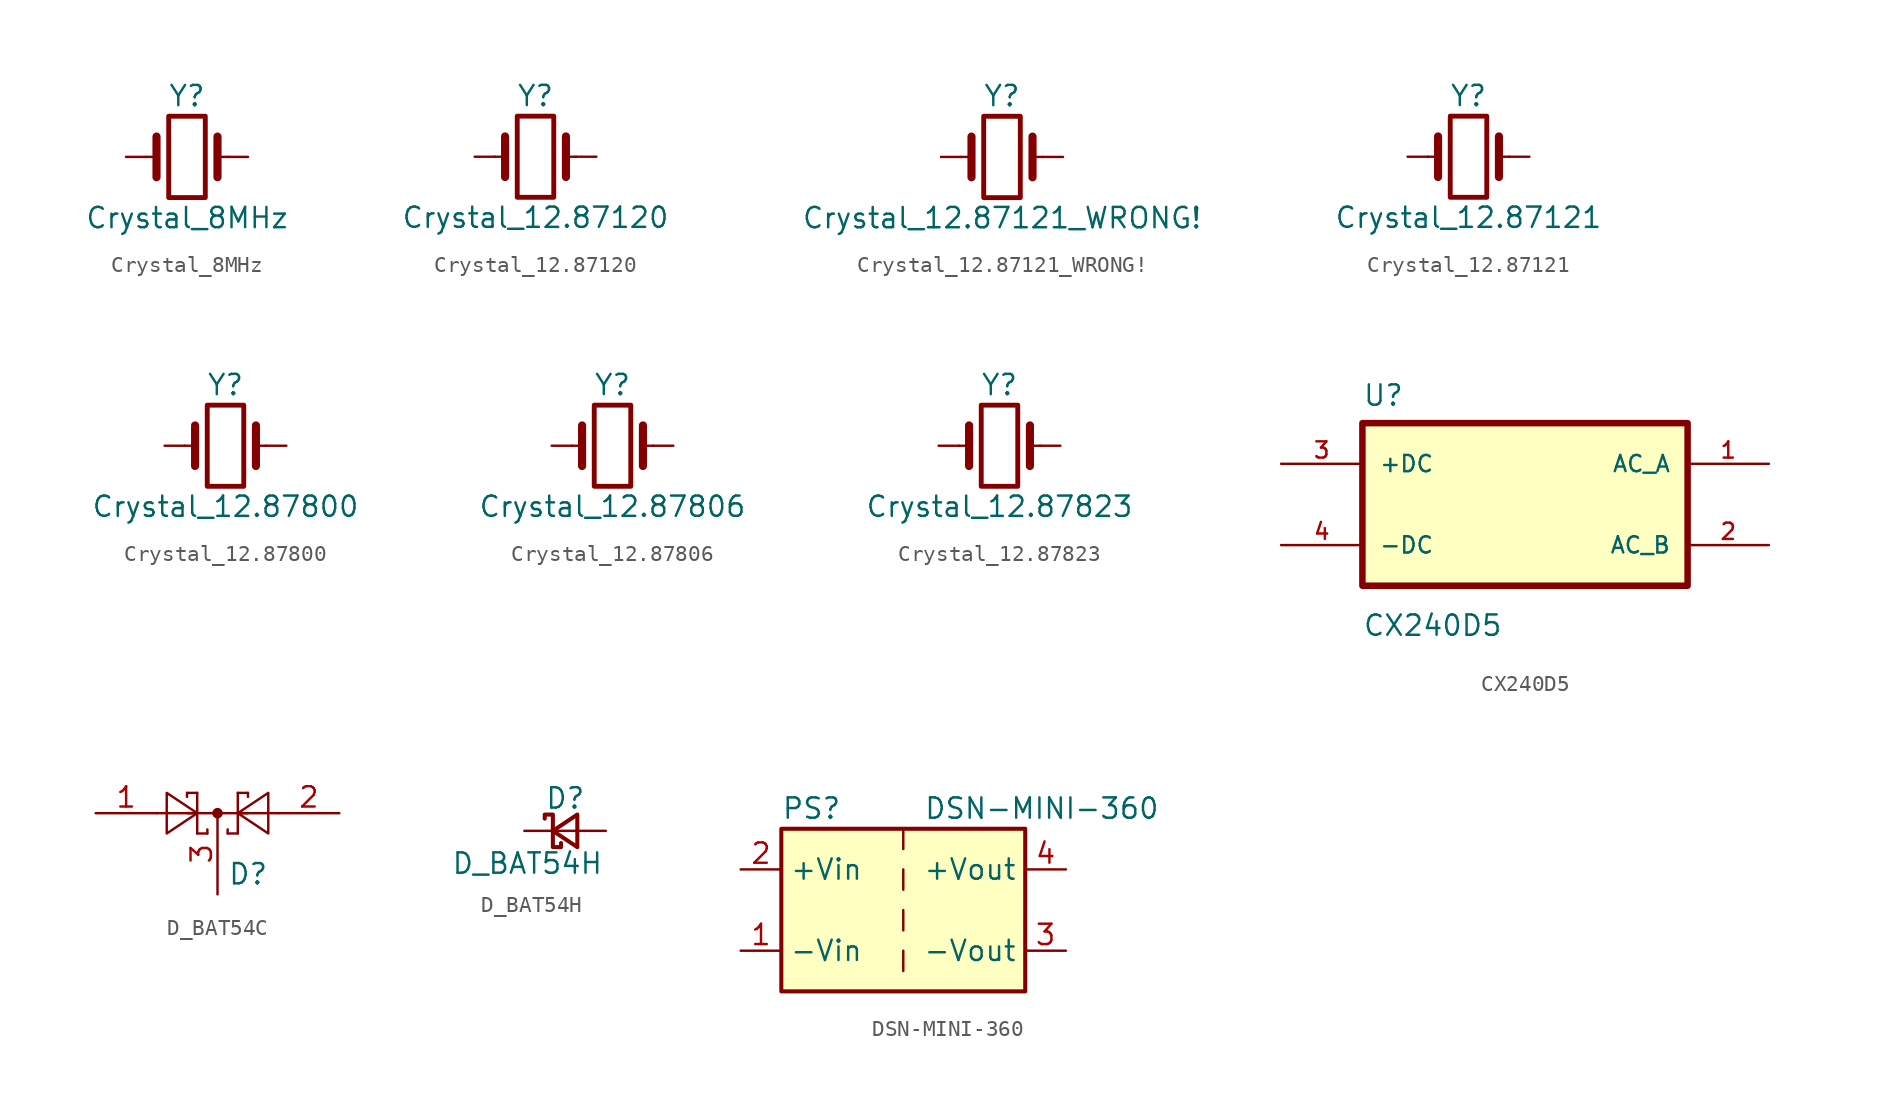
<source format=kicad_sym>
(kicad_symbol_lib
  (version 20211014)
  (generator kicad_symbol_editor)
  (symbol "Crystal_8MHz"
    (pin_numbers hide)
    (pin_names
      (offset 1.016) hide)
    (property "Reference" "Y"
      (at 0 3.81 0)
      (effects (font (size 1.27 1.27))))
    (property "Value" "Crystal_8MHz"
      (at 0 -3.81 0)
      (effects (font (size 1.27 1.27))))
    (symbol "Crystal_8MHz_0_1"
      (rectangle (start -1.143 2.54) (end 1.143 -2.54) (stroke (width 0.305) (type default) (color 0 0 0 0)) (fill (type none)))
      (polyline (pts (xy -2.54 0) (xy -1.905 0)) (stroke (width 0) (type default) (color 0 0 0 0)) (fill (type none)))
      (polyline (pts (xy -1.905 -1.27) (xy -1.905 1.27)) (stroke (width 0.508) (type default) (color 0 0 0 0)) (fill (type none)))
      (polyline (pts (xy 1.905 -1.27) (xy 1.905 1.27)) (stroke (width 0.508) (type default) (color 0 0 0 0)) (fill (type none)))
      (polyline (pts (xy 2.54 0) (xy 1.905 0)) (stroke (width 0) (type default) (color 0 0 0 0)) (fill (type none))))
    (symbol "Crystal_8MHz_1_1"
      (pin passive line (at -3.81 0 0) (length 1.27) (name "1" (effects (font (size 1.27 1.27)))) (number "1" (effects (font (size 1.27 1.27)))))
      (pin passive line (at 3.81 0 180) (length 1.27) (name "2" (effects (font (size 1.27 1.27)))) (number "2" (effects (font (size 1.27 1.27)))))))
  (symbol "Crystal_12.87120"
    (pin_numbers hide)
    (pin_names
      (offset 1.016) hide)
    (property "Reference" "Y"
      (at 0 3.81 0)
      (effects (font (size 1.27 1.27))))
    (property "Value" "Crystal_12.87120"
      (at 0 -3.81 0)
      (effects (font (size 1.27 1.27))))
    (symbol "Crystal_12.87120_0_1"
      (rectangle (start -1.143 2.54) (end 1.143 -2.54) (stroke (width 0.305) (type default) (color 0 0 0 0)) (fill (type none)))
      (polyline (pts (xy -2.54 0) (xy -1.905 0)) (stroke (width 0) (type default) (color 0 0 0 0)) (fill (type none)))
      (polyline (pts (xy -1.905 -1.27) (xy -1.905 1.27)) (stroke (width 0.508) (type default) (color 0 0 0 0)) (fill (type none)))
      (polyline (pts (xy 1.905 -1.27) (xy 1.905 1.27)) (stroke (width 0.508) (type default) (color 0 0 0 0)) (fill (type none)))
      (polyline (pts (xy 2.54 0) (xy 1.905 0)) (stroke (width 0) (type default) (color 0 0 0 0)) (fill (type none))))
    (symbol "Crystal_12.87120_1_1"
      (pin passive line (at -3.81 0 0) (length 1.27) (name "1" (effects (font (size 1.27 1.27)))) (number "1" (effects (font (size 1.27 1.27)))))
      (pin passive line (at 3.81 0 180) (length 1.27) (name "2" (effects (font (size 1.27 1.27)))) (number "2" (effects (font (size 1.27 1.27)))))))
  (symbol "Crystal_12.87121_WRONG!"
    (pin_numbers hide)
    (pin_names
      (offset 1.016) hide)
    (property "Reference" "Y"
      (at 0 3.81 0)
      (effects (font (size 1.27 1.27))))
    (property "Value" "Crystal_12.87121_WRONG!"
      (at 0 -3.81 0)
      (effects (font (size 1.27 1.27))))
    (symbol "Crystal_12.87121_WRONG!_0_1"
      (rectangle (start -1.143 2.54) (end 1.143 -2.54) (stroke (width 0.305) (type default) (color 0 0 0 0)) (fill (type none)))
      (polyline (pts (xy -2.54 0) (xy -1.905 0)) (stroke (width 0) (type default) (color 0 0 0 0)) (fill (type none)))
      (polyline (pts (xy -1.905 -1.27) (xy -1.905 1.27)) (stroke (width 0.508) (type default) (color 0 0 0 0)) (fill (type none)))
      (polyline (pts (xy 1.905 -1.27) (xy 1.905 1.27)) (stroke (width 0.508) (type default) (color 0 0 0 0)) (fill (type none)))
      (polyline (pts (xy 2.54 0) (xy 1.905 0)) (stroke (width 0) (type default) (color 0 0 0 0)) (fill (type none))))
    (symbol "Crystal_12.87121_WRONG!_1_1"
      (pin passive line (at -3.81 0 0) (length 1.27) (name "1" (effects (font (size 1.27 1.27)))) (number "1" (effects (font (size 1.27 1.27)))))
      (pin passive line (at 3.81 0 180) (length 1.27) (name "2" (effects (font (size 1.27 1.27)))) (number "2" (effects (font (size 1.27 1.27)))))))
  (symbol "Crystal_12.87121"
    (pin_numbers hide)
    (pin_names
      (offset 1.016) hide)
    (property "Reference" "Y"
      (at 0 3.81 0)
      (effects (font (size 1.27 1.27))))
    (property "Value" "Crystal_12.87121"
      (at 0 -3.81 0)
      (effects (font (size 1.27 1.27))))
    (symbol "Crystal_12.87121_0_1"
      (rectangle (start -1.143 2.54) (end 1.143 -2.54) (stroke (width 0.305) (type default) (color 0 0 0 0)) (fill (type none)))
      (polyline (pts (xy -2.54 0) (xy -1.905 0)) (stroke (width 0) (type default) (color 0 0 0 0)) (fill (type none)))
      (polyline (pts (xy -1.905 -1.27) (xy -1.905 1.27)) (stroke (width 0.508) (type default) (color 0 0 0 0)) (fill (type none)))
      (polyline (pts (xy 1.905 -1.27) (xy 1.905 1.27)) (stroke (width 0.508) (type default) (color 0 0 0 0)) (fill (type none)))
      (polyline (pts (xy 2.54 0) (xy 1.905 0)) (stroke (width 0) (type default) (color 0 0 0 0)) (fill (type none))))
    (symbol "Crystal_12.87121_1_1"
      (pin passive line (at -3.81 0 0) (length 1.27) (name "1" (effects (font (size 1.27 1.27)))) (number "1" (effects (font (size 1.27 1.27)))))
      (pin passive line (at 3.81 0 180) (length 1.27) (name "2" (effects (font (size 1.27 1.27)))) (number "2" (effects (font (size 1.27 1.27)))))))
  (symbol "Crystal_12.87800"
    (pin_numbers hide)
    (pin_names
      (offset 1.016) hide)
    (property "Reference" "Y"
      (at 0 3.81 0)
      (effects (font (size 1.27 1.27))))
    (property "Value" "Crystal_12.87800"
      (at 0 -3.81 0)
      (effects (font (size 1.27 1.27))))
    (symbol "Crystal_12.87800_0_1"
      (rectangle (start -1.143 2.54) (end 1.143 -2.54) (stroke (width 0.305) (type default) (color 0 0 0 0)) (fill (type none)))
      (polyline (pts (xy -2.54 0) (xy -1.905 0)) (stroke (width 0) (type default) (color 0 0 0 0)) (fill (type none)))
      (polyline (pts (xy -1.905 -1.27) (xy -1.905 1.27)) (stroke (width 0.508) (type default) (color 0 0 0 0)) (fill (type none)))
      (polyline (pts (xy 1.905 -1.27) (xy 1.905 1.27)) (stroke (width 0.508) (type default) (color 0 0 0 0)) (fill (type none)))
      (polyline (pts (xy 2.54 0) (xy 1.905 0)) (stroke (width 0) (type default) (color 0 0 0 0)) (fill (type none))))
    (symbol "Crystal_12.87800_1_1"
      (pin passive line (at -3.81 0 0) (length 1.27) (name "1" (effects (font (size 1.27 1.27)))) (number "1" (effects (font (size 1.27 1.27)))))
      (pin passive line (at 3.81 0 180) (length 1.27) (name "2" (effects (font (size 1.27 1.27)))) (number "2" (effects (font (size 1.27 1.27)))))))
  (symbol "Crystal_12.87806"
    (pin_numbers hide)
    (pin_names
      (offset 1.016) hide)
    (property "Reference" "Y"
      (at 0 3.81 0)
      (effects (font (size 1.27 1.27))))
    (property "Value" "Crystal_12.87806"
      (at 0 -3.81 0)
      (effects (font (size 1.27 1.27))))
    (symbol "Crystal_12.87806_0_1"
      (rectangle (start -1.143 2.54) (end 1.143 -2.54) (stroke (width 0.305) (type default) (color 0 0 0 0)) (fill (type none)))
      (polyline (pts (xy -2.54 0) (xy -1.905 0)) (stroke (width 0) (type default) (color 0 0 0 0)) (fill (type none)))
      (polyline (pts (xy -1.905 -1.27) (xy -1.905 1.27)) (stroke (width 0.508) (type default) (color 0 0 0 0)) (fill (type none)))
      (polyline (pts (xy 1.905 -1.27) (xy 1.905 1.27)) (stroke (width 0.508) (type default) (color 0 0 0 0)) (fill (type none)))
      (polyline (pts (xy 2.54 0) (xy 1.905 0)) (stroke (width 0) (type default) (color 0 0 0 0)) (fill (type none))))
    (symbol "Crystal_12.87806_1_1"
      (pin passive line (at -3.81 0 0) (length 1.27) (name "1" (effects (font (size 1.27 1.27)))) (number "1" (effects (font (size 1.27 1.27)))))
      (pin passive line (at 3.81 0 180) (length 1.27) (name "2" (effects (font (size 1.27 1.27)))) (number "2" (effects (font (size 1.27 1.27)))))))
  (symbol "Crystal_12.87823"
    (pin_numbers hide)
    (pin_names
      (offset 1.016) hide)
    (property "Reference" "Y"
      (at 0 3.81 0)
      (effects (font (size 1.27 1.27))))
    (property "Value" "Crystal_12.87823"
      (at 0 -3.81 0)
      (effects (font (size 1.27 1.27))))
    (symbol "Crystal_12.87823_0_1"
      (rectangle (start -1.143 2.54) (end 1.143 -2.54) (stroke (width 0.305) (type default) (color 0 0 0 0)) (fill (type none)))
      (polyline (pts (xy -2.54 0) (xy -1.905 0)) (stroke (width 0) (type default) (color 0 0 0 0)) (fill (type none)))
      (polyline (pts (xy -1.905 -1.27) (xy -1.905 1.27)) (stroke (width 0.508) (type default) (color 0 0 0 0)) (fill (type none)))
      (polyline (pts (xy 1.905 -1.27) (xy 1.905 1.27)) (stroke (width 0.508) (type default) (color 0 0 0 0)) (fill (type none)))
      (polyline (pts (xy 2.54 0) (xy 1.905 0)) (stroke (width 0) (type default) (color 0 0 0 0)) (fill (type none))))
    (symbol "Crystal_12.87823_1_1"
      (pin passive line (at -3.81 0 0) (length 1.27) (name "1" (effects (font (size 1.27 1.27)))) (number "1" (effects (font (size 1.27 1.27)))))
      (pin passive line (at 3.81 0 180) (length 1.27) (name "2" (effects (font (size 1.27 1.27)))) (number "2" (effects (font (size 1.27 1.27)))))))
  (symbol "CX240D5"
    (pin_names
      (offset 1.016))
    (property "Reference" "U"
      (at -10.16 6.071 0)
      (effects (font (size 1.27 1.27)) (justify left bottom)))
    (property "Value" "CX240D5"
      (at -10.16 -8.306 0)
      (effects (font (size 1.27 1.27)) (justify left bottom)))
    (symbol "CX240D5_0_0"
      (rectangle (start -10.16 -5.08) (end 10.16 5.08) (stroke (width 0.406) (type default) (color 0 0 0 0)) (fill (type background)))
      (pin output line (at 15.24 2.54 180) (length 5.08) (name "AC_A" (effects (font (size 1.016 1.016)))) (number "1" (effects (font (size 1.016 1.016)))))
      (pin output line (at 15.24 -2.54 180) (length 5.08) (name "AC_B" (effects (font (size 1.016 1.016)))) (number "2" (effects (font (size 1.016 1.016)))))
      (pin input line (at -15.24 2.54 0) (length 5.08) (name "+DC" (effects (font (size 1.016 1.016)))) (number "3" (effects (font (size 1.016 1.016)))))
      (pin input line (at -15.24 -2.54 0) (length 5.08) (name "-DC" (effects (font (size 1.016 1.016)))) (number "4" (effects (font (size 1.016 1.016)))))))
  (symbol "D_BAT54C"
    (pin_names
      (offset 1.016))
    (property "Reference" "D"
      (at 0.635 -3.81 0)
      (effects (font (size 1.27 1.27)) (justify left)))
    (symbol "D_BAT54C_0_1"
      (polyline (pts (xy -1.905 0) (xy 1.905 0)) (stroke (width 0) (type default) (color 0 0 0 0)) (fill (type none)))
      (polyline (pts (xy -1.905 1.27) (xy -1.905 1.016)) (stroke (width 0) (type default) (color 0 0 0 0)) (fill (type none)))
      (polyline (pts (xy -1.27 -1.27) (xy -0.635 -1.27)) (stroke (width 0) (type default) (color 0 0 0 0)) (fill (type none)))
      (polyline (pts (xy -1.27 0) (xy -3.81 0)) (stroke (width 0) (type default) (color 0 0 0 0)) (fill (type none)))
      (polyline (pts (xy -1.27 1.27) (xy -1.905 1.27)) (stroke (width 0) (type default) (color 0 0 0 0)) (fill (type none)))
      (polyline (pts (xy -1.27 1.27) (xy -1.27 -1.27)) (stroke (width 0) (type default) (color 0 0 0 0)) (fill (type none)))
      (polyline (pts (xy -0.635 -1.27) (xy -0.635 -1.016)) (stroke (width 0) (type default) (color 0 0 0 0)) (fill (type none)))
      (polyline (pts (xy 0.635 -1.27) (xy 0.635 -1.016)) (stroke (width 0) (type default) (color 0 0 0 0)) (fill (type none)))
      (polyline (pts (xy 1.27 -1.27) (xy 0.635 -1.27)) (stroke (width 0) (type default) (color 0 0 0 0)) (fill (type none)))
      (polyline (pts (xy 1.27 1.27) (xy 1.27 -1.27)) (stroke (width 0) (type default) (color 0 0 0 0)) (fill (type none)))
      (polyline (pts (xy 1.27 1.27) (xy 1.905 1.27)) (stroke (width 0) (type default) (color 0 0 0 0)) (fill (type none)))
      (polyline (pts (xy 1.905 1.27) (xy 1.905 1.016)) (stroke (width 0) (type default) (color 0 0 0 0)) (fill (type none)))
      (polyline (pts (xy 3.81 0) (xy 1.27 0)) (stroke (width 0) (type default) (color 0 0 0 0)) (fill (type none)))
      (polyline (pts (xy -3.175 -1.27) (xy -3.175 1.27) (xy -1.27 0) (xy -3.175 -1.27)) (stroke (width 0) (type default) (color 0 0 0 0)) (fill (type none)))
      (polyline (pts (xy 3.175 -1.27) (xy 3.175 1.27) (xy 1.27 0) (xy 3.175 -1.27)) (stroke (width 0) (type default) (color 0 0 0 0)) (fill (type none)))
      (circle (center 0 0) (radius 0.254) (stroke (width 0) (type default) (color 0 0 0 0)) (fill (type outline))))
    (symbol "D_BAT54C_1_1"
      (pin passive line (at -7.62 0 0) (length 3.81) (name "~" (effects (font (size 1.27 1.27)))) (number "1" (effects (font (size 1.27 1.27)))))
      (pin passive line (at 7.62 0 180) (length 3.81) (name "~" (effects (font (size 1.27 1.27)))) (number "2" (effects (font (size 1.27 1.27)))))
      (pin passive line (at 0 -5.08 90) (length 5.08) (name "~" (effects (font (size 1.27 1.27)))) (number "3" (effects (font (size 1.27 1.27)))))))
  (symbol "D_BAT54H"
    (pin_numbers hide)
    (pin_names
      (offset 0.254) hide)
    (property "Reference" "D"
      (at -1.27 2.032 0)
      (effects (font (size 1.27 1.27)) (justify left)))
    (property "Value" "D_BAT54H"
      (at -7.112 -2.032 0)
      (effects (font (size 1.27 1.27)) (justify left)))
    (symbol "D_BAT54H_0_1"
      (polyline (pts (xy -0.762 0) (xy 0.762 0)) (stroke (width 0) (type default) (color 0 0 0 0)) (fill (type none)))
      (polyline (pts (xy 0.762 -1.016) (xy -0.762 0) (xy 0.762 1.016) (xy 0.762 -1.016)) (stroke (width 0.254) (type default) (color 0 0 0 0)) (fill (type none)))
      (polyline (pts (xy -1.27 0.762) (xy -1.27 1.016) (xy -0.762 1.016) (xy -0.762 -1.016) (xy -0.254 -1.016) (xy -0.254 -0.762)) (stroke (width 0.254) (type default) (color 0 0 0 0)) (fill (type none))))
    (symbol "D_BAT54H_1_1"
      (pin passive line (at -2.54 0 0) (length 1.778) (name "K" (effects (font (size 1.27 1.27)))) (number "1" (effects (font (size 1.27 1.27)))))
      (pin passive line (at 2.54 0 180) (length 1.778) (name "A" (effects (font (size 1.27 1.27)))) (number "2" (effects (font (size 1.27 1.27)))))))
  (symbol "DSN-MINI-360"
    (property "Reference" "PS"
      (at -7.62 6.35 0)
      (effects (font (size 1.27 1.27)) (justify left)))
    (property "Value" "DSN-MINI-360"
      (at 1.27 6.35 0)
      (effects (font (size 1.27 1.27)) (justify left)))
    (symbol "DSN-MINI-360_0_0"
      (pin power_in line (at -10.16 -2.54 0) (length 2.54) (name "-Vin" (effects (font (size 1.27 1.27)))) (number "1" (effects (font (size 1.27 1.27)))))
      (pin power_in line (at -10.16 2.54 0) (length 2.54) (name "+Vin" (effects (font (size 1.27 1.27)))) (number "2" (effects (font (size 1.27 1.27)))))
      (pin power_out line (at 10.16 -2.54 180) (length 2.54) (name "-Vout" (effects (font (size 1.27 1.27)))) (number "3" (effects (font (size 1.27 1.27)))))
      (pin power_out line (at 10.16 2.54 180) (length 2.54) (name "+Vout" (effects (font (size 1.27 1.27)))) (number "4" (effects (font (size 1.27 1.27))))))
    (symbol "DSN-MINI-360_0_1"
      (rectangle (start -7.62 5.08) (end 7.62 -5.08) (stroke (width 0.254) (type default) (color 0 0 0 0)) (fill (type background)))
      (polyline (pts (xy 0 -2.54) (xy 0 -3.81)) (stroke (width 0) (type default) (color 0 0 0 0)) (fill (type none)))
      (polyline (pts (xy 0 0) (xy 0 -1.27)) (stroke (width 0) (type default) (color 0 0 0 0)) (fill (type none)))
      (polyline (pts (xy 0 2.54) (xy 0 1.27)) (stroke (width 0) (type default) (color 0 0 0 0)) (fill (type none)))
      (polyline (pts (xy 0 5.08) (xy 0 3.81)) (stroke (width 0) (type default) (color 0 0 0 0)) (fill (type none))))))
</source>
